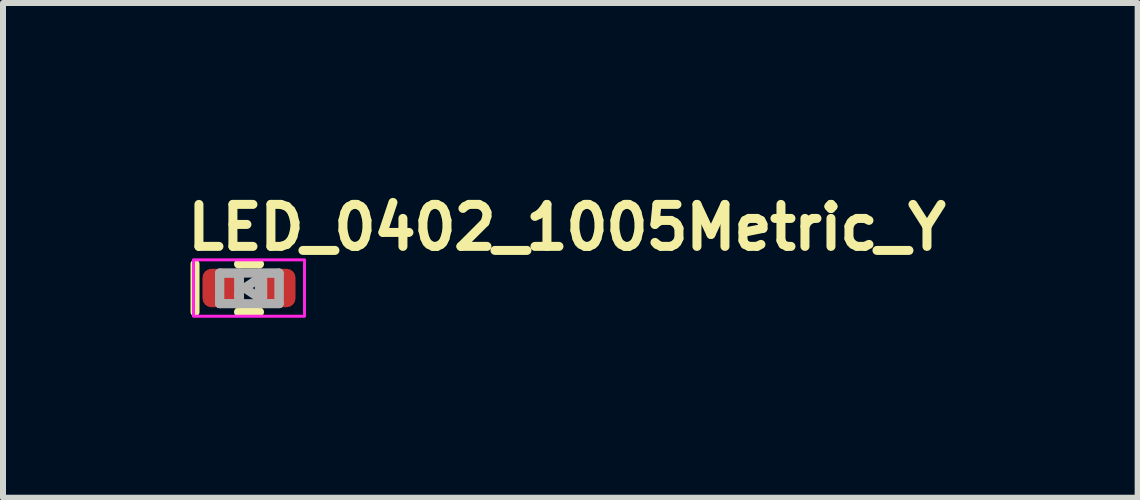
<source format=kicad_pcb>
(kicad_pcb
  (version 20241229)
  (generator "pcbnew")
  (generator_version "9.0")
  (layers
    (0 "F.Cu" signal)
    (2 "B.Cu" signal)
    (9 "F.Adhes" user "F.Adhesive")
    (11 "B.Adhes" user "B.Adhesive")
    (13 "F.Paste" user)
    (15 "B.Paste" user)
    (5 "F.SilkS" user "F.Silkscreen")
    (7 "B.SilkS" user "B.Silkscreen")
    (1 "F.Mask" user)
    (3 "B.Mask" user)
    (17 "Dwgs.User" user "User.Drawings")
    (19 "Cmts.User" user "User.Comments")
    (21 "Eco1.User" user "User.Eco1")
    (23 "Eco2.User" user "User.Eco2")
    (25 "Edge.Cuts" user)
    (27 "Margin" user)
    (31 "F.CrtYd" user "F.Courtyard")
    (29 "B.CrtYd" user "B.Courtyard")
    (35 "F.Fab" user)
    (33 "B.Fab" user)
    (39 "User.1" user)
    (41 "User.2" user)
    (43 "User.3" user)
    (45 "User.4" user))
  (footprint "LED_0402_1005Metric_Y"
    (layer "F.Cu")
    (at 1.1 1.75)
    (property "Reference" "LED_0402_1005Metric_Y" (at -1.1 -0.6 0) (unlocked yes) (layer "F.SilkS") (effects (font (size 0.7 0.7) (thickness 0.15)) (justify left bottom)))
    (attr smd)
    (fp_line (start -0.9 0.4) (end -0.9 -0.4) (stroke (width 0.15) (type solid)) (layer "F.SilkS"))
    (fp_line (start 0.175 -0.4) (end -0.175 -0.4) (stroke (width 0.15) (type solid)) (layer "F.SilkS"))
    (fp_line (start 0.175 0.4) (end -0.175 0.4) (stroke (width 0.15) (type solid)) (layer "F.SilkS"))
    (fp_rect (start 0.925 0.47) (end -0.925 -0.47) (stroke (width 0.05) (type default)) (fill no) (layer "F.CrtYd"))
    (fp_line (start -0.489 -0.248) (end -0.489 0.26) (stroke (width 0.15) (type solid)) (layer "F.Fab"))
    (fp_line (start -0.489 -0.248) (end -0.489 0.26) (stroke (width 0.15) (type solid)) (layer "F.Fab"))
    (fp_line (start -0.489 0.26) (end -0.158 0.26) (stroke (width 0.15) (type solid)) (layer "F.Fab"))
    (fp_line (start -0.489 0.26) (end 0.501 0.26) (stroke (width 0.15) (type solid)) (layer "F.Fab"))
    (fp_line (start -0.173 -0.202) (end -0.173 0.102) (stroke (width 0.15) (type solid)) (layer "F.Fab"))
    (fp_line (start -0.173 0.202) (end -0.173 0.102) (stroke (width 0.15) (type solid)) (layer "F.Fab"))
    (fp_line (start -0.158 -0.248) (end -0.489 -0.248) (stroke (width 0.15) (type solid)) (layer "F.Fab"))
    (fp_line (start -0.158 0.26) (end -0.158 -0.248) (stroke (width 0.15) (type solid)) (layer "F.Fab"))
    (fp_line (start -0.074 0) (end 0.228 0.202) (stroke (width 0.15) (type solid)) (layer "F.Fab"))
    (fp_line (start 0.172 -0.248) (end 0.172 0.26) (stroke (width 0.15) (type solid)) (layer "F.Fab"))
    (fp_line (start 0.172 0.26) (end 0.501 0.26) (stroke (width 0.15) (type solid)) (layer "F.Fab"))
    (fp_line (start 0.228 -0.202) (end -0.074 0) (stroke (width 0.15) (type solid)) (layer "F.Fab"))
    (fp_line (start 0.228 0) (end 0.228 -0.202) (stroke (width 0.15) (type solid)) (layer "F.Fab"))
    (fp_line (start 0.228 0.202) (end 0.228 0) (stroke (width 0.15) (type solid)) (layer "F.Fab"))
    (fp_line (start 0.501 -0.248) (end -0.489 -0.248) (stroke (width 0.15) (type solid)) (layer "F.Fab"))
    (fp_line (start 0.501 -0.248) (end 0.172 -0.248) (stroke (width 0.15) (type solid)) (layer "F.Fab"))
    (fp_line (start 0.501 0.26) (end 0.501 -0.248) (stroke (width 0.15) (type solid)) (layer "F.Fab"))
    (fp_line (start 0.501 0.26) (end 0.501 -0.248) (stroke (width 0.15) (type solid)) (layer "F.Fab"))
    (fp_rect (start 0.5 0.25) (end -0.498 -0.248) (stroke (width 0.1) (type solid)) (fill no) (layer "User.5"))
    (fp_line (start -0.498 -0.248) (end -0.498 0.25) (stroke (width 0.02) (type solid)) (layer "User.9"))
    (fp_line (start -0.498 0.25) (end 0.5 0.25) (stroke (width 0.02) (type solid)) (layer "User.9"))
    (fp_line (start 0.5 -0.248) (end -0.498 -0.248) (stroke (width 0.02) (type solid)) (layer "User.9"))
    (fp_line (start 0.5 0.25) (end 0.5 -0.248) (stroke (width 0.02) (type solid)) (layer "User.9"))
    (pad "1" smd roundrect (at -0.48 0 180) (size 0.59 0.64) (layers "F.Cu" "F.Mask" "F.Paste") (roundrect_rratio 0.25))
    (pad "2" smd roundrect (at 0.48 0 180) (size 0.59 0.64) (layers "F.Cu" "F.Mask" "F.Paste") (roundrect_rratio 0.25)))
  (gr_rect
    (start -3 -3)
    (end 15.91 5.245)
    (stroke (width 0.1) (type default))
    (fill no)
    (layer "Edge.Cuts")))
</source>
